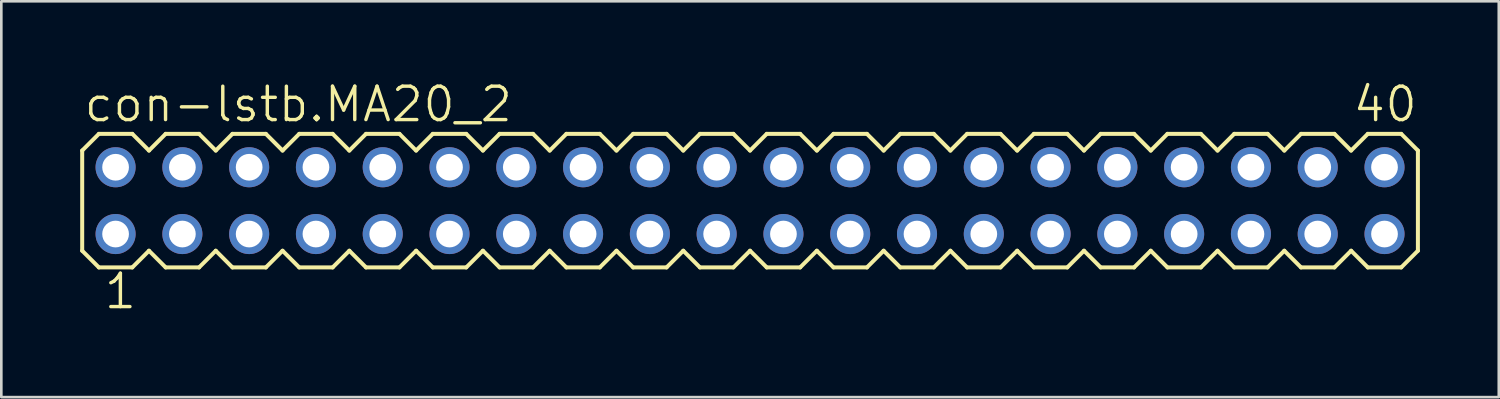
<source format=kicad_pcb>
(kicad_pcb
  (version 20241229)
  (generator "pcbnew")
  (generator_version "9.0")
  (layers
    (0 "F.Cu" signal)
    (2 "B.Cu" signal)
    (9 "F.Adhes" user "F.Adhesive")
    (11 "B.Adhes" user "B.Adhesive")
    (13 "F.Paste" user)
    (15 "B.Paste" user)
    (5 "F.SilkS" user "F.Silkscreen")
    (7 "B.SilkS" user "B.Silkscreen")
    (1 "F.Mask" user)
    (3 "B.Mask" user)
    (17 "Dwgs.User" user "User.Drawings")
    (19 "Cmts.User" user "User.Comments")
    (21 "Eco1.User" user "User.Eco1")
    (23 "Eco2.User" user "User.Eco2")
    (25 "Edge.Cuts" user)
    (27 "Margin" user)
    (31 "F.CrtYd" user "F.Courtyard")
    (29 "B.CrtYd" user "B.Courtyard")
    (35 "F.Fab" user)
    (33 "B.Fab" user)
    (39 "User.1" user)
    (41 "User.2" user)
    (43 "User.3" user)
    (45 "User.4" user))
  (footprint "con-lstb.MA20_2"
    (layer "F.Cu")
    (at 25.476 4.581)
    (property "Reference" "con-lstb.MA20_2" (at -25.4 -2.921 0) (layer "F.SilkS") (effects (font (size 1.27 1.27) (thickness 0.13)) (justify left bottom)))
    (attr through_hole)
    (fp_line (start -25.4 -1.905) (end -25.4 1.905) (stroke (width 0.152) (type default)) (layer "F.SilkS"))
    (fp_line (start -25.4 1.905) (end -24.765 2.54) (stroke (width 0.152) (type default)) (layer "F.SilkS"))
    (fp_line (start -24.765 -2.54) (end -25.4 -1.905) (stroke (width 0.152) (type default)) (layer "F.SilkS"))
    (fp_line (start -24.765 -2.54) (end -23.495 -2.54) (stroke (width 0.152) (type default)) (layer "F.SilkS"))
    (fp_line (start -23.495 -2.54) (end -22.86 -1.905) (stroke (width 0.152) (type default)) (layer "F.SilkS"))
    (fp_line (start -23.495 2.54) (end -24.765 2.54) (stroke (width 0.152) (type default)) (layer "F.SilkS"))
    (fp_line (start -22.86 -1.905) (end -22.225 -2.54) (stroke (width 0.152) (type default)) (layer "F.SilkS"))
    (fp_line (start -22.86 1.905) (end -23.495 2.54) (stroke (width 0.152) (type default)) (layer "F.SilkS"))
    (fp_line (start -22.225 -2.54) (end -20.955 -2.54) (stroke (width 0.152) (type default)) (layer "F.SilkS"))
    (fp_line (start -22.225 2.54) (end -22.86 1.905) (stroke (width 0.152) (type default)) (layer "F.SilkS"))
    (fp_line (start -20.955 -2.54) (end -20.32 -1.905) (stroke (width 0.152) (type default)) (layer "F.SilkS"))
    (fp_line (start -20.955 2.54) (end -22.225 2.54) (stroke (width 0.152) (type default)) (layer "F.SilkS"))
    (fp_line (start -20.32 -1.905) (end -19.685 -2.54) (stroke (width 0.152) (type default)) (layer "F.SilkS"))
    (fp_line (start -20.32 1.905) (end -20.955 2.54) (stroke (width 0.152) (type default)) (layer "F.SilkS"))
    (fp_line (start -19.685 -2.54) (end -18.415 -2.54) (stroke (width 0.152) (type default)) (layer "F.SilkS"))
    (fp_line (start -19.685 2.54) (end -20.32 1.905) (stroke (width 0.152) (type default)) (layer "F.SilkS"))
    (fp_line (start -18.415 -2.54) (end -17.78 -1.905) (stroke (width 0.152) (type default)) (layer "F.SilkS"))
    (fp_line (start -18.415 2.54) (end -19.685 2.54) (stroke (width 0.152) (type default)) (layer "F.SilkS"))
    (fp_line (start -17.78 1.905) (end -18.415 2.54) (stroke (width 0.152) (type default)) (layer "F.SilkS"))
    (fp_line (start -17.78 1.905) (end -17.145 2.54) (stroke (width 0.152) (type default)) (layer "F.SilkS"))
    (fp_line (start -17.145 -2.54) (end -17.78 -1.905) (stroke (width 0.152) (type default)) (layer "F.SilkS"))
    (fp_line (start -17.145 -2.54) (end -15.875 -2.54) (stroke (width 0.152) (type default)) (layer "F.SilkS"))
    (fp_line (start -15.875 -2.54) (end -15.24 -1.905) (stroke (width 0.152) (type default)) (layer "F.SilkS"))
    (fp_line (start -15.875 2.54) (end -17.145 2.54) (stroke (width 0.152) (type default)) (layer "F.SilkS"))
    (fp_line (start -15.24 -1.905) (end -14.605 -2.54) (stroke (width 0.152) (type default)) (layer "F.SilkS"))
    (fp_line (start -15.24 1.905) (end -15.875 2.54) (stroke (width 0.152) (type default)) (layer "F.SilkS"))
    (fp_line (start -14.605 -2.54) (end -13.335 -2.54) (stroke (width 0.152) (type default)) (layer "F.SilkS"))
    (fp_line (start -14.605 2.54) (end -15.24 1.905) (stroke (width 0.152) (type default)) (layer "F.SilkS"))
    (fp_line (start -13.335 -2.54) (end -12.7 -1.905) (stroke (width 0.152) (type default)) (layer "F.SilkS"))
    (fp_line (start -13.335 2.54) (end -14.605 2.54) (stroke (width 0.152) (type default)) (layer "F.SilkS"))
    (fp_line (start -12.7 -1.905) (end -12.065 -2.54) (stroke (width 0.152) (type default)) (layer "F.SilkS"))
    (fp_line (start -12.7 1.905) (end -13.335 2.54) (stroke (width 0.152) (type default)) (layer "F.SilkS"))
    (fp_line (start -12.065 -2.54) (end -10.795 -2.54) (stroke (width 0.152) (type default)) (layer "F.SilkS"))
    (fp_line (start -12.065 2.54) (end -12.7 1.905) (stroke (width 0.152) (type default)) (layer "F.SilkS"))
    (fp_line (start -10.795 -2.54) (end -10.16 -1.905) (stroke (width 0.152) (type default)) (layer "F.SilkS"))
    (fp_line (start -10.795 2.54) (end -12.065 2.54) (stroke (width 0.152) (type default)) (layer "F.SilkS"))
    (fp_line (start -10.16 -1.905) (end -9.525 -2.54) (stroke (width 0.152) (type default)) (layer "F.SilkS"))
    (fp_line (start -10.16 1.905) (end -10.795 2.54) (stroke (width 0.152) (type default)) (layer "F.SilkS"))
    (fp_line (start -9.525 -2.54) (end -8.255 -2.54) (stroke (width 0.152) (type default)) (layer "F.SilkS"))
    (fp_line (start -9.525 2.54) (end -10.16 1.905) (stroke (width 0.152) (type default)) (layer "F.SilkS"))
    (fp_line (start -8.255 -2.54) (end -7.62 -1.905) (stroke (width 0.152) (type default)) (layer "F.SilkS"))
    (fp_line (start -8.255 2.54) (end -9.525 2.54) (stroke (width 0.152) (type default)) (layer "F.SilkS"))
    (fp_line (start -7.62 1.905) (end -8.255 2.54) (stroke (width 0.152) (type default)) (layer "F.SilkS"))
    (fp_line (start -7.62 1.905) (end -6.985 2.54) (stroke (width 0.152) (type default)) (layer "F.SilkS"))
    (fp_line (start -6.985 -2.54) (end -7.62 -1.905) (stroke (width 0.152) (type default)) (layer "F.SilkS"))
    (fp_line (start -6.985 -2.54) (end -5.715 -2.54) (stroke (width 0.152) (type default)) (layer "F.SilkS"))
    (fp_line (start -5.715 -2.54) (end -5.08 -1.905) (stroke (width 0.152) (type default)) (layer "F.SilkS"))
    (fp_line (start -5.715 2.54) (end -6.985 2.54) (stroke (width 0.152) (type default)) (layer "F.SilkS"))
    (fp_line (start -5.08 -1.905) (end -4.445 -2.54) (stroke (width 0.152) (type default)) (layer "F.SilkS"))
    (fp_line (start -5.08 1.905) (end -5.715 2.54) (stroke (width 0.152) (type default)) (layer "F.SilkS"))
    (fp_line (start -4.445 -2.54) (end -3.175 -2.54) (stroke (width 0.152) (type default)) (layer "F.SilkS"))
    (fp_line (start -4.445 2.54) (end -5.08 1.905) (stroke (width 0.152) (type default)) (layer "F.SilkS"))
    (fp_line (start -3.175 -2.54) (end -2.54 -1.905) (stroke (width 0.152) (type default)) (layer "F.SilkS"))
    (fp_line (start -3.175 2.54) (end -4.445 2.54) (stroke (width 0.152) (type default)) (layer "F.SilkS"))
    (fp_line (start -2.54 -1.905) (end -1.905 -2.54) (stroke (width 0.152) (type default)) (layer "F.SilkS"))
    (fp_line (start -2.54 1.905) (end -3.175 2.54) (stroke (width 0.152) (type default)) (layer "F.SilkS"))
    (fp_line (start -1.905 -2.54) (end -0.635 -2.54) (stroke (width 0.152) (type default)) (layer "F.SilkS"))
    (fp_line (start -1.905 2.54) (end -2.54 1.905) (stroke (width 0.152) (type default)) (layer "F.SilkS"))
    (fp_line (start -0.635 -2.54) (end 0 -1.905) (stroke (width 0.152) (type default)) (layer "F.SilkS"))
    (fp_line (start -0.635 2.54) (end -1.905 2.54) (stroke (width 0.152) (type default)) (layer "F.SilkS"))
    (fp_line (start 0 1.905) (end -0.635 2.54) (stroke (width 0.152) (type default)) (layer "F.SilkS"))
    (fp_line (start 0 1.905) (end 0.635 2.54) (stroke (width 0.152) (type default)) (layer "F.SilkS"))
    (fp_line (start 0.635 -2.54) (end 0 -1.905) (stroke (width 0.152) (type default)) (layer "F.SilkS"))
    (fp_line (start 0.635 -2.54) (end 1.905 -2.54) (stroke (width 0.152) (type default)) (layer "F.SilkS"))
    (fp_line (start 1.905 -2.54) (end 2.54 -1.905) (stroke (width 0.152) (type default)) (layer "F.SilkS"))
    (fp_line (start 1.905 2.54) (end 0.635 2.54) (stroke (width 0.152) (type default)) (layer "F.SilkS"))
    (fp_line (start 2.54 -1.905) (end 3.175 -2.54) (stroke (width 0.152) (type default)) (layer "F.SilkS"))
    (fp_line (start 2.54 1.905) (end 1.905 2.54) (stroke (width 0.152) (type default)) (layer "F.SilkS"))
    (fp_line (start 3.175 -2.54) (end 4.445 -2.54) (stroke (width 0.152) (type default)) (layer "F.SilkS"))
    (fp_line (start 3.175 2.54) (end 2.54 1.905) (stroke (width 0.152) (type default)) (layer "F.SilkS"))
    (fp_line (start 4.445 -2.54) (end 5.08 -1.905) (stroke (width 0.152) (type default)) (layer "F.SilkS"))
    (fp_line (start 4.445 2.54) (end 3.175 2.54) (stroke (width 0.152) (type default)) (layer "F.SilkS"))
    (fp_line (start 5.08 -1.905) (end 5.715 -2.54) (stroke (width 0.152) (type default)) (layer "F.SilkS"))
    (fp_line (start 5.08 1.905) (end 4.445 2.54) (stroke (width 0.152) (type default)) (layer "F.SilkS"))
    (fp_line (start 5.715 -2.54) (end 6.985 -2.54) (stroke (width 0.152) (type default)) (layer "F.SilkS"))
    (fp_line (start 5.715 2.54) (end 5.08 1.905) (stroke (width 0.152) (type default)) (layer "F.SilkS"))
    (fp_line (start 6.985 -2.54) (end 7.62 -1.905) (stroke (width 0.152) (type default)) (layer "F.SilkS"))
    (fp_line (start 6.985 2.54) (end 5.715 2.54) (stroke (width 0.152) (type default)) (layer "F.SilkS"))
    (fp_line (start 7.62 -1.905) (end 8.255 -2.54) (stroke (width 0.152) (type default)) (layer "F.SilkS"))
    (fp_line (start 7.62 1.905) (end 6.985 2.54) (stroke (width 0.152) (type default)) (layer "F.SilkS"))
    (fp_line (start 8.255 -2.54) (end 9.525 -2.54) (stroke (width 0.152) (type default)) (layer "F.SilkS"))
    (fp_line (start 8.255 2.54) (end 7.62 1.905) (stroke (width 0.152) (type default)) (layer "F.SilkS"))
    (fp_line (start 9.525 -2.54) (end 10.16 -1.905) (stroke (width 0.152) (type default)) (layer "F.SilkS"))
    (fp_line (start 9.525 2.54) (end 8.255 2.54) (stroke (width 0.152) (type default)) (layer "F.SilkS"))
    (fp_line (start 10.16 1.905) (end 9.525 2.54) (stroke (width 0.152) (type default)) (layer "F.SilkS"))
    (fp_line (start 10.16 1.905) (end 10.795 2.54) (stroke (width 0.152) (type default)) (layer "F.SilkS"))
    (fp_line (start 10.795 -2.54) (end 10.16 -1.905) (stroke (width 0.152) (type default)) (layer "F.SilkS"))
    (fp_line (start 10.795 -2.54) (end 12.065 -2.54) (stroke (width 0.152) (type default)) (layer "F.SilkS"))
    (fp_line (start 12.065 -2.54) (end 12.7 -1.905) (stroke (width 0.152) (type default)) (layer "F.SilkS"))
    (fp_line (start 12.065 2.54) (end 10.795 2.54) (stroke (width 0.152) (type default)) (layer "F.SilkS"))
    (fp_line (start 12.7 -1.905) (end 13.335 -2.54) (stroke (width 0.152) (type default)) (layer "F.SilkS"))
    (fp_line (start 12.7 1.905) (end 12.065 2.54) (stroke (width 0.152) (type default)) (layer "F.SilkS"))
    (fp_line (start 13.335 -2.54) (end 14.605 -2.54) (stroke (width 0.152) (type default)) (layer "F.SilkS"))
    (fp_line (start 13.335 2.54) (end 12.7 1.905) (stroke (width 0.152) (type default)) (layer "F.SilkS"))
    (fp_line (start 14.605 -2.54) (end 15.24 -1.905) (stroke (width 0.152) (type default)) (layer "F.SilkS"))
    (fp_line (start 14.605 2.54) (end 13.335 2.54) (stroke (width 0.152) (type default)) (layer "F.SilkS"))
    (fp_line (start 15.24 -1.905) (end 15.875 -2.54) (stroke (width 0.152) (type default)) (layer "F.SilkS"))
    (fp_line (start 15.24 1.905) (end 14.605 2.54) (stroke (width 0.152) (type default)) (layer "F.SilkS"))
    (fp_line (start 15.875 -2.54) (end 17.145 -2.54) (stroke (width 0.152) (type default)) (layer "F.SilkS"))
    (fp_line (start 15.875 2.54) (end 15.24 1.905) (stroke (width 0.152) (type default)) (layer "F.SilkS"))
    (fp_line (start 17.145 -2.54) (end 17.78 -1.905) (stroke (width 0.152) (type default)) (layer "F.SilkS"))
    (fp_line (start 17.145 2.54) (end 15.875 2.54) (stroke (width 0.152) (type default)) (layer "F.SilkS"))
    (fp_line (start 17.78 1.905) (end 17.145 2.54) (stroke (width 0.152) (type default)) (layer "F.SilkS"))
    (fp_line (start 17.78 1.905) (end 18.415 2.54) (stroke (width 0.152) (type default)) (layer "F.SilkS"))
    (fp_line (start 18.415 -2.54) (end 17.78 -1.905) (stroke (width 0.152) (type default)) (layer "F.SilkS"))
    (fp_line (start 18.415 -2.54) (end 19.685 -2.54) (stroke (width 0.152) (type default)) (layer "F.SilkS"))
    (fp_line (start 19.685 -2.54) (end 20.32 -1.905) (stroke (width 0.152) (type default)) (layer "F.SilkS"))
    (fp_line (start 19.685 2.54) (end 18.415 2.54) (stroke (width 0.152) (type default)) (layer "F.SilkS"))
    (fp_line (start 20.32 -1.905) (end 20.955 -2.54) (stroke (width 0.152) (type default)) (layer "F.SilkS"))
    (fp_line (start 20.32 1.905) (end 19.685 2.54) (stroke (width 0.152) (type default)) (layer "F.SilkS"))
    (fp_line (start 20.955 -2.54) (end 22.225 -2.54) (stroke (width 0.152) (type default)) (layer "F.SilkS"))
    (fp_line (start 20.955 2.54) (end 20.32 1.905) (stroke (width 0.152) (type default)) (layer "F.SilkS"))
    (fp_line (start 22.225 -2.54) (end 22.86 -1.905) (stroke (width 0.152) (type default)) (layer "F.SilkS"))
    (fp_line (start 22.225 2.54) (end 20.955 2.54) (stroke (width 0.152) (type default)) (layer "F.SilkS"))
    (fp_line (start 22.86 -1.905) (end 23.495 -2.54) (stroke (width 0.152) (type default)) (layer "F.SilkS"))
    (fp_line (start 22.86 1.905) (end 22.225 2.54) (stroke (width 0.152) (type default)) (layer "F.SilkS"))
    (fp_line (start 23.495 -2.54) (end 24.765 -2.54) (stroke (width 0.152) (type default)) (layer "F.SilkS"))
    (fp_line (start 23.495 2.54) (end 22.86 1.905) (stroke (width 0.152) (type default)) (layer "F.SilkS"))
    (fp_line (start 24.765 -2.54) (end 25.4 -1.905) (stroke (width 0.152) (type default)) (layer "F.SilkS"))
    (fp_line (start 24.765 2.54) (end 23.495 2.54) (stroke (width 0.152) (type default)) (layer "F.SilkS"))
    (fp_line (start 25.4 -1.905) (end 25.4 1.905) (stroke (width 0.152) (type default)) (layer "F.SilkS"))
    (fp_line (start 25.4 1.905) (end 24.765 2.54) (stroke (width 0.152) (type default)) (layer "F.SilkS"))
    (fp_rect (start -24.384 -1.016) (end -23.876 -1.524) (stroke (width 0.05) (type default)) (fill no) (layer "F.Fab"))
    (fp_rect (start -24.384 1.524) (end -23.876 1.016) (stroke (width 0.05) (type default)) (fill no) (layer "F.Fab"))
    (fp_rect (start -21.844 -1.016) (end -21.336 -1.524) (stroke (width 0.05) (type default)) (fill no) (layer "F.Fab"))
    (fp_rect (start -21.844 1.524) (end -21.336 1.016) (stroke (width 0.05) (type default)) (fill no) (layer "F.Fab"))
    (fp_rect (start -19.304 -1.016) (end -18.796 -1.524) (stroke (width 0.05) (type default)) (fill no) (layer "F.Fab"))
    (fp_rect (start -19.304 1.524) (end -18.796 1.016) (stroke (width 0.05) (type default)) (fill no) (layer "F.Fab"))
    (fp_rect (start -16.764 -1.016) (end -16.256 -1.524) (stroke (width 0.05) (type default)) (fill no) (layer "F.Fab"))
    (fp_rect (start -16.764 1.524) (end -16.256 1.016) (stroke (width 0.05) (type default)) (fill no) (layer "F.Fab"))
    (fp_rect (start -14.224 -1.016) (end -13.716 -1.524) (stroke (width 0.05) (type default)) (fill no) (layer "F.Fab"))
    (fp_rect (start -14.224 1.524) (end -13.716 1.016) (stroke (width 0.05) (type default)) (fill no) (layer "F.Fab"))
    (fp_rect (start -11.684 -1.016) (end -11.176 -1.524) (stroke (width 0.05) (type default)) (fill no) (layer "F.Fab"))
    (fp_rect (start -11.684 1.524) (end -11.176 1.016) (stroke (width 0.05) (type default)) (fill no) (layer "F.Fab"))
    (fp_rect (start -9.144 -1.016) (end -8.636 -1.524) (stroke (width 0.05) (type default)) (fill no) (layer "F.Fab"))
    (fp_rect (start -9.144 1.524) (end -8.636 1.016) (stroke (width 0.05) (type default)) (fill no) (layer "F.Fab"))
    (fp_rect (start -6.604 -1.016) (end -6.096 -1.524) (stroke (width 0.05) (type default)) (fill no) (layer "F.Fab"))
    (fp_rect (start -6.604 1.524) (end -6.096 1.016) (stroke (width 0.05) (type default)) (fill no) (layer "F.Fab"))
    (fp_rect (start -4.064 -1.016) (end -3.556 -1.524) (stroke (width 0.05) (type default)) (fill no) (layer "F.Fab"))
    (fp_rect (start -4.064 1.524) (end -3.556 1.016) (stroke (width 0.05) (type default)) (fill no) (layer "F.Fab"))
    (fp_rect (start -1.524 -1.016) (end -1.016 -1.524) (stroke (width 0.05) (type default)) (fill no) (layer "F.Fab"))
    (fp_rect (start -1.524 1.524) (end -1.016 1.016) (stroke (width 0.05) (type default)) (fill no) (layer "F.Fab"))
    (fp_rect (start 1.016 -1.016) (end 1.524 -1.524) (stroke (width 0.05) (type default)) (fill no) (layer "F.Fab"))
    (fp_rect (start 1.016 1.524) (end 1.524 1.016) (stroke (width 0.05) (type default)) (fill no) (layer "F.Fab"))
    (fp_rect (start 3.556 -1.016) (end 4.064 -1.524) (stroke (width 0.05) (type default)) (fill no) (layer "F.Fab"))
    (fp_rect (start 3.556 1.524) (end 4.064 1.016) (stroke (width 0.05) (type default)) (fill no) (layer "F.Fab"))
    (fp_rect (start 6.096 -1.016) (end 6.604 -1.524) (stroke (width 0.05) (type default)) (fill no) (layer "F.Fab"))
    (fp_rect (start 6.096 1.524) (end 6.604 1.016) (stroke (width 0.05) (type default)) (fill no) (layer "F.Fab"))
    (fp_rect (start 8.636 -1.016) (end 9.144 -1.524) (stroke (width 0.05) (type default)) (fill no) (layer "F.Fab"))
    (fp_rect (start 8.636 1.524) (end 9.144 1.016) (stroke (width 0.05) (type default)) (fill no) (layer "F.Fab"))
    (fp_rect (start 11.176 -1.016) (end 11.684 -1.524) (stroke (width 0.05) (type default)) (fill no) (layer "F.Fab"))
    (fp_rect (start 11.176 1.524) (end 11.684 1.016) (stroke (width 0.05) (type default)) (fill no) (layer "F.Fab"))
    (fp_rect (start 13.716 -1.016) (end 14.224 -1.524) (stroke (width 0.05) (type default)) (fill no) (layer "F.Fab"))
    (fp_rect (start 13.716 1.524) (end 14.224 1.016) (stroke (width 0.05) (type default)) (fill no) (layer "F.Fab"))
    (fp_rect (start 16.256 -1.016) (end 16.764 -1.524) (stroke (width 0.05) (type default)) (fill no) (layer "F.Fab"))
    (fp_rect (start 16.256 1.524) (end 16.764 1.016) (stroke (width 0.05) (type default)) (fill no) (layer "F.Fab"))
    (fp_rect (start 18.796 -1.016) (end 19.304 -1.524) (stroke (width 0.05) (type default)) (fill no) (layer "F.Fab"))
    (fp_rect (start 18.796 1.524) (end 19.304 1.016) (stroke (width 0.05) (type default)) (fill no) (layer "F.Fab"))
    (fp_rect (start 21.336 -1.016) (end 21.844 -1.524) (stroke (width 0.05) (type default)) (fill no) (layer "F.Fab"))
    (fp_rect (start 21.336 1.524) (end 21.844 1.016) (stroke (width 0.05) (type default)) (fill no) (layer "F.Fab"))
    (fp_rect (start 23.876 -1.016) (end 24.384 -1.524) (stroke (width 0.05) (type default)) (fill no) (layer "F.Fab"))
    (fp_rect (start 23.876 1.524) (end 24.384 1.016) (stroke (width 0.05) (type default)) (fill no) (layer "F.Fab"))
    (fp_text user "1" (at -24.638 4.191 0) (layer "F.SilkS") (effects (font (size 1.27 1.27) (thickness 0.13)) (justify left bottom)))
    (fp_text user "40" (at 22.86 -2.921 0) (layer "F.SilkS") (effects (font (size 1.27 1.27) (thickness 0.13)) (justify left bottom)))
    (pad "1" thru_hole circle (at -24.13 1.27) (size 1.524 1.524) (drill 1.016) (layers "*.Cu" "*.Mask"))
    (pad "2" thru_hole circle (at -24.13 -1.27) (size 1.524 1.524) (drill 1.016) (layers "*.Cu" "*.Mask"))
    (pad "3" thru_hole circle (at -21.59 1.27) (size 1.524 1.524) (drill 1.016) (layers "*.Cu" "*.Mask"))
    (pad "4" thru_hole circle (at -21.59 -1.27) (size 1.524 1.524) (drill 1.016) (layers "*.Cu" "*.Mask"))
    (pad "5" thru_hole circle (at -19.05 1.27) (size 1.524 1.524) (drill 1.016) (layers "*.Cu" "*.Mask"))
    (pad "6" thru_hole circle (at -19.05 -1.27) (size 1.524 1.524) (drill 1.016) (layers "*.Cu" "*.Mask"))
    (pad "7" thru_hole circle (at -16.51 1.27) (size 1.524 1.524) (drill 1.016) (layers "*.Cu" "*.Mask"))
    (pad "8" thru_hole circle (at -16.51 -1.27) (size 1.524 1.524) (drill 1.016) (layers "*.Cu" "*.Mask"))
    (pad "9" thru_hole circle (at -13.97 1.27) (size 1.524 1.524) (drill 1.016) (layers "*.Cu" "*.Mask"))
    (pad "10" thru_hole circle (at -13.97 -1.27) (size 1.524 1.524) (drill 1.016) (layers "*.Cu" "*.Mask"))
    (pad "11" thru_hole circle (at -11.43 1.27) (size 1.524 1.524) (drill 1.016) (layers "*.Cu" "*.Mask"))
    (pad "12" thru_hole circle (at -11.43 -1.27) (size 1.524 1.524) (drill 1.016) (layers "*.Cu" "*.Mask"))
    (pad "13" thru_hole circle (at -8.89 1.27) (size 1.524 1.524) (drill 1.016) (layers "*.Cu" "*.Mask"))
    (pad "14" thru_hole circle (at -8.89 -1.27) (size 1.524 1.524) (drill 1.016) (layers "*.Cu" "*.Mask"))
    (pad "15" thru_hole circle (at -6.35 1.27) (size 1.524 1.524) (drill 1.016) (layers "*.Cu" "*.Mask"))
    (pad "16" thru_hole circle (at -6.35 -1.27) (size 1.524 1.524) (drill 1.016) (layers "*.Cu" "*.Mask"))
    (pad "17" thru_hole circle (at -3.81 1.27) (size 1.524 1.524) (drill 1.016) (layers "*.Cu" "*.Mask"))
    (pad "18" thru_hole circle (at -3.81 -1.27) (size 1.524 1.524) (drill 1.016) (layers "*.Cu" "*.Mask"))
    (pad "19" thru_hole circle (at -1.27 1.27) (size 1.524 1.524) (drill 1.016) (layers "*.Cu" "*.Mask"))
    (pad "20" thru_hole circle (at -1.27 -1.27) (size 1.524 1.524) (drill 1.016) (layers "*.Cu" "*.Mask"))
    (pad "21" thru_hole circle (at 1.27 1.27) (size 1.524 1.524) (drill 1.016) (layers "*.Cu" "*.Mask"))
    (pad "22" thru_hole circle (at 1.27 -1.27) (size 1.524 1.524) (drill 1.016) (layers "*.Cu" "*.Mask"))
    (pad "23" thru_hole circle (at 3.81 1.27) (size 1.524 1.524) (drill 1.016) (layers "*.Cu" "*.Mask"))
    (pad "24" thru_hole circle (at 3.81 -1.27) (size 1.524 1.524) (drill 1.016) (layers "*.Cu" "*.Mask"))
    (pad "25" thru_hole circle (at 6.35 1.27) (size 1.524 1.524) (drill 1.016) (layers "*.Cu" "*.Mask"))
    (pad "26" thru_hole circle (at 6.35 -1.27) (size 1.524 1.524) (drill 1.016) (layers "*.Cu" "*.Mask"))
    (pad "27" thru_hole circle (at 8.89 1.27) (size 1.524 1.524) (drill 1.016) (layers "*.Cu" "*.Mask"))
    (pad "28" thru_hole circle (at 8.89 -1.27) (size 1.524 1.524) (drill 1.016) (layers "*.Cu" "*.Mask"))
    (pad "29" thru_hole circle (at 11.43 1.27) (size 1.524 1.524) (drill 1.016) (layers "*.Cu" "*.Mask"))
    (pad "30" thru_hole circle (at 11.43 -1.27) (size 1.524 1.524) (drill 1.016) (layers "*.Cu" "*.Mask"))
    (pad "31" thru_hole circle (at 13.97 1.27) (size 1.524 1.524) (drill 1.016) (layers "*.Cu" "*.Mask"))
    (pad "32" thru_hole circle (at 13.97 -1.27) (size 1.524 1.524) (drill 1.016) (layers "*.Cu" "*.Mask"))
    (pad "33" thru_hole circle (at 16.51 1.27) (size 1.524 1.524) (drill 1.016) (layers "*.Cu" "*.Mask"))
    (pad "34" thru_hole circle (at 16.51 -1.27) (size 1.524 1.524) (drill 1.016) (layers "*.Cu" "*.Mask"))
    (pad "35" thru_hole circle (at 19.05 1.27) (size 1.524 1.524) (drill 1.016) (layers "*.Cu" "*.Mask"))
    (pad "36" thru_hole circle (at 19.05 -1.27) (size 1.524 1.524) (drill 1.016) (layers "*.Cu" "*.Mask"))
    (pad "37" thru_hole circle (at 21.59 1.27) (size 1.524 1.524) (drill 1.016) (layers "*.Cu" "*.Mask"))
    (pad "38" thru_hole circle (at 21.59 -1.27) (size 1.524 1.524) (drill 1.016) (layers "*.Cu" "*.Mask"))
    (pad "39" thru_hole circle (at 24.13 1.27) (size 1.524 1.524) (drill 1.016) (layers "*.Cu" "*.Mask"))
    (pad "40" thru_hole circle (at 24.13 -1.27) (size 1.524 1.524) (drill 1.016) (layers "*.Cu" "*.Mask")))
  (gr_rect
    (start -3 -3)
    (end 53.952 12.054)
    (stroke (width 0.1) (type default))
    (fill no)
    (layer "Edge.Cuts")))
</source>
